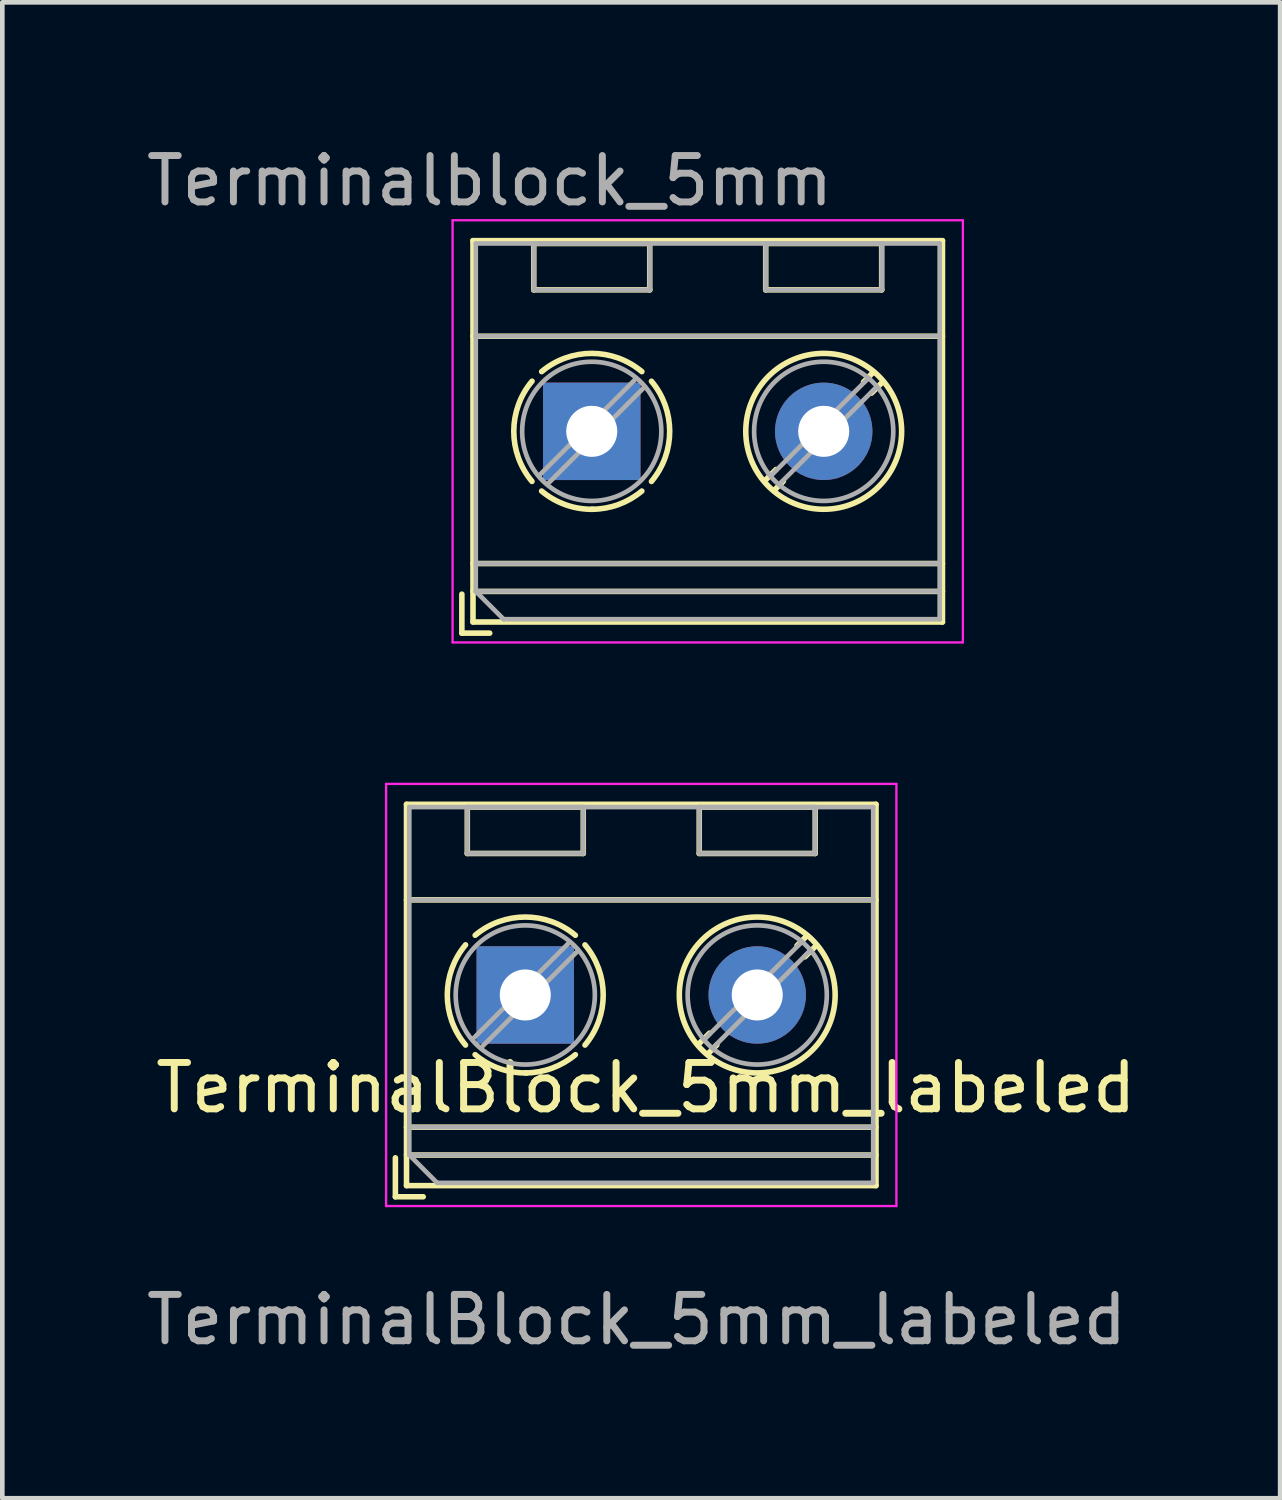
<source format=kicad_pcb>
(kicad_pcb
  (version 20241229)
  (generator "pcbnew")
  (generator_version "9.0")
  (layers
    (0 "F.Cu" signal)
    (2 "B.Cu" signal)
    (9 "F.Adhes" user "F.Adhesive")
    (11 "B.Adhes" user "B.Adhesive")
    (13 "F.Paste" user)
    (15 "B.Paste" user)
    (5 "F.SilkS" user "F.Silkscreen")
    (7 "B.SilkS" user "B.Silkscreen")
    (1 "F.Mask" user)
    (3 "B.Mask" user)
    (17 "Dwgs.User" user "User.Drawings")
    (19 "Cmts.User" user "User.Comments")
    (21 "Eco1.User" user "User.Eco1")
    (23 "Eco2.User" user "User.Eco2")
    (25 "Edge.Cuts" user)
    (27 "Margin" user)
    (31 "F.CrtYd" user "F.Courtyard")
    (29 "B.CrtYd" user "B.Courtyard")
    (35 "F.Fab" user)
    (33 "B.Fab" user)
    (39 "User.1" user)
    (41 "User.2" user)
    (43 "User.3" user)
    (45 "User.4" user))
  (footprint "Terminalblock_5mm"
    (layer "F.Cu")
    (at 9.706 6.248)
    (property "Reference" "Terminalblock_5mm" (at -2.2 -5.4 0) (layer "F.Fab") (effects (font (size 1 1) (thickness 0.15))))
    (attr through_hole)
    (fp_line (start -2.8 3.51) (end -2.8 4.35) (stroke (width 0.12) (type solid)) (layer "F.SilkS"))
    (fp_line (start -2.8 4.35) (end -2.2 4.35) (stroke (width 0.12) (type solid)) (layer "F.SilkS"))
    (fp_line (start -2.56 -4.11) (end -2.56 4.11) (stroke (width 0.12) (type solid)) (layer "F.SilkS"))
    (fp_line (start -2.56 -4.11) (end 7.56 -4.11) (stroke (width 0.12) (type solid)) (layer "F.SilkS"))
    (fp_line (start -2.56 -2.05) (end 7.56 -2.05) (stroke (width 0.12) (type solid)) (layer "F.SilkS"))
    (fp_line (start -2.56 2.85) (end 7.56 2.85) (stroke (width 0.12) (type solid)) (layer "F.SilkS"))
    (fp_line (start -2.56 3.45) (end 7.56 3.45) (stroke (width 0.12) (type solid)) (layer "F.SilkS"))
    (fp_line (start -2.56 4.11) (end 7.56 4.11) (stroke (width 0.12) (type solid)) (layer "F.SilkS"))
    (fp_line (start -1.25 -4.05) (end -1.25 -3.05) (stroke (width 0.12) (type solid)) (layer "F.SilkS"))
    (fp_line (start -1.25 -4.05) (end 1.25 -4.05) (stroke (width 0.12) (type solid)) (layer "F.SilkS"))
    (fp_line (start -1.25 -3.05) (end 1.25 -3.05) (stroke (width 0.12) (type solid)) (layer "F.SilkS"))
    (fp_line (start 1.25 -4.05) (end 1.25 -3.05) (stroke (width 0.12) (type solid)) (layer "F.SilkS"))
    (fp_line (start 3.75 -4.05) (end 3.75 -3.05) (stroke (width 0.12) (type solid)) (layer "F.SilkS"))
    (fp_line (start 3.75 -4.05) (end 6.25 -4.05) (stroke (width 0.12) (type solid)) (layer "F.SilkS"))
    (fp_line (start 3.75 -3.05) (end 6.25 -3.05) (stroke (width 0.12) (type solid)) (layer "F.SilkS"))
    (fp_line (start 3.972 0.823) (end 3.726 1.069) (stroke (width 0.12) (type solid)) (layer "F.SilkS"))
    (fp_line (start 4.13 1.075) (end 3.931 1.274) (stroke (width 0.12) (type solid)) (layer "F.SilkS"))
    (fp_line (start 6.07 -1.275) (end 5.859 -1.064) (stroke (width 0.12) (type solid)) (layer "F.SilkS"))
    (fp_line (start 6.25 -4.05) (end 6.25 -3.05) (stroke (width 0.12) (type solid)) (layer "F.SilkS"))
    (fp_line (start 6.275 -1.069) (end 6.029 -0.823) (stroke (width 0.12) (type solid)) (layer "F.SilkS"))
    (fp_line (start 7.56 -4.11) (end 7.56 4.11) (stroke (width 0.12) (type solid)) (layer "F.SilkS"))
    (fp_arc (start -1.288062 1.079734) (mid -1.680752 -0.000826) (end -1.287 -1.081) (stroke (width 0.12) (type solid)) (layer "F.SilkS"))
    (fp_arc (start -1.079908 -1.287078) (mid 0.00006 -1.68011) (end 1.08 -1.287) (stroke (width 0.12) (type solid)) (layer "F.SilkS"))
    (fp_arc (start 0.028507 1.680511) (mid -0.561826 1.584071) (end -1.081 1.287) (stroke (width 0.12) (type solid)) (layer "F.SilkS"))
    (fp_arc (start 1.079883 1.286955) (mid 0.574594 1.578684) (end 0 1.68) (stroke (width 0.12) (type solid)) (layer "F.SilkS"))
    (fp_arc (start 1.287078 -1.079908) (mid 1.68011 0.00006) (end 1.287 1.08) (stroke (width 0.12) (type solid)) (layer "F.SilkS"))
    (fp_circle (center 5 0) (end 6.68 0) (stroke (width 0.12) (type solid)) (fill no) (layer "F.SilkS"))
    (fp_line (start -3 -4.55) (end -3 4.55) (stroke (width 0.05) (type solid)) (layer "F.CrtYd"))
    (fp_line (start -3 4.55) (end 8 4.55) (stroke (width 0.05) (type solid)) (layer "F.CrtYd"))
    (fp_line (start 8 -4.55) (end -3 -4.55) (stroke (width 0.05) (type solid)) (layer "F.CrtYd"))
    (fp_line (start 8 4.55) (end 8 -4.55) (stroke (width 0.05) (type solid)) (layer "F.CrtYd"))
    (fp_line (start -2.5 -4.05) (end 7.5 -4.05) (stroke (width 0.1) (type solid)) (layer "F.Fab"))
    (fp_line (start -2.5 -2.05) (end 7.5 -2.05) (stroke (width 0.1) (type solid)) (layer "F.Fab"))
    (fp_line (start -2.5 2.85) (end 7.5 2.85) (stroke (width 0.1) (type solid)) (layer "F.Fab"))
    (fp_line (start -2.5 3.45) (end -2.5 -4.05) (stroke (width 0.1) (type solid)) (layer "F.Fab"))
    (fp_line (start -2.5 3.45) (end 7.5 3.45) (stroke (width 0.1) (type solid)) (layer "F.Fab"))
    (fp_line (start -1.9 4.05) (end -2.5 3.45) (stroke (width 0.1) (type solid)) (layer "F.Fab"))
    (fp_line (start -1.25 -4.05) (end -1.25 -3.05) (stroke (width 0.1) (type solid)) (layer "F.Fab"))
    (fp_line (start -1.25 -3.05) (end 1.25 -3.05) (stroke (width 0.1) (type solid)) (layer "F.Fab"))
    (fp_line (start 0.955 -1.138) (end -1.138 0.955) (stroke (width 0.1) (type solid)) (layer "F.Fab"))
    (fp_line (start 1.138 -0.955) (end -0.955 1.138) (stroke (width 0.1) (type solid)) (layer "F.Fab"))
    (fp_line (start 1.25 -4.05) (end -1.25 -4.05) (stroke (width 0.1) (type solid)) (layer "F.Fab"))
    (fp_line (start 1.25 -3.05) (end 1.25 -4.05) (stroke (width 0.1) (type solid)) (layer "F.Fab"))
    (fp_line (start 3.75 -4.05) (end 3.75 -3.05) (stroke (width 0.1) (type solid)) (layer "F.Fab"))
    (fp_line (start 3.75 -3.05) (end 6.25 -3.05) (stroke (width 0.1) (type solid)) (layer "F.Fab"))
    (fp_line (start 5.955 -1.138) (end 3.863 0.955) (stroke (width 0.1) (type solid)) (layer "F.Fab"))
    (fp_line (start 6.138 -0.955) (end 4.046 1.138) (stroke (width 0.1) (type solid)) (layer "F.Fab"))
    (fp_line (start 6.25 -4.05) (end 3.75 -4.05) (stroke (width 0.1) (type solid)) (layer "F.Fab"))
    (fp_line (start 6.25 -3.05) (end 6.25 -4.05) (stroke (width 0.1) (type solid)) (layer "F.Fab"))
    (fp_line (start 7.5 -4.05) (end 7.5 4.05) (stroke (width 0.1) (type solid)) (layer "F.Fab"))
    (fp_line (start 7.5 4.05) (end -1.9 4.05) (stroke (width 0.1) (type solid)) (layer "F.Fab"))
    (fp_circle (center 0 0) (end 1.5 0) (stroke (width 0.1) (type solid)) (fill no) (layer "F.Fab"))
    (fp_circle (center 5 0) (end 6.5 0) (stroke (width 0.1) (type solid)) (fill no) (layer "F.Fab"))
    (pad "1" thru_hole rect (at 0 0) (size 2.1 2.1) (drill 1.1) (layers "*.Cu" "*.Mask"))
    (pad "2" thru_hole circle (at 5 0) (size 2.1 2.1) (drill 1.1) (layers "*.Cu" "*.Mask")))
  (footprint "TerminalBlock_5mm_labeled"
    (layer "F.Cu")
    (at 8.273 18.398)
    (property "Reference" "TerminalBlock_5mm_labeled" (at 2.6 2 0) (layer "F.SilkS") (effects (font (size 1 1) (thickness 0.15))))
    (attr through_hole)
    (fp_line (start -2.8 3.51) (end -2.8 4.35) (stroke (width 0.12) (type solid)) (layer "F.SilkS"))
    (fp_line (start -2.8 4.35) (end -2.2 4.35) (stroke (width 0.12) (type solid)) (layer "F.SilkS"))
    (fp_line (start -2.56 -4.11) (end -2.56 4.11) (stroke (width 0.12) (type solid)) (layer "F.SilkS"))
    (fp_line (start -2.56 -4.11) (end 7.56 -4.11) (stroke (width 0.12) (type solid)) (layer "F.SilkS"))
    (fp_line (start -2.56 -2.05) (end 7.56 -2.05) (stroke (width 0.12) (type solid)) (layer "F.SilkS"))
    (fp_line (start -2.56 2.85) (end 7.56 2.85) (stroke (width 0.12) (type solid)) (layer "F.SilkS"))
    (fp_line (start -2.56 3.45) (end 7.56 3.45) (stroke (width 0.12) (type solid)) (layer "F.SilkS"))
    (fp_line (start -2.56 4.11) (end 7.56 4.11) (stroke (width 0.12) (type solid)) (layer "F.SilkS"))
    (fp_line (start -1.25 -4.05) (end -1.25 -3.05) (stroke (width 0.12) (type solid)) (layer "F.SilkS"))
    (fp_line (start -1.25 -4.05) (end 1.25 -4.05) (stroke (width 0.12) (type solid)) (layer "F.SilkS"))
    (fp_line (start -1.25 -3.05) (end 1.25 -3.05) (stroke (width 0.12) (type solid)) (layer "F.SilkS"))
    (fp_line (start 1.25 -4.05) (end 1.25 -3.05) (stroke (width 0.12) (type solid)) (layer "F.SilkS"))
    (fp_line (start 3.75 -4.05) (end 3.75 -3.05) (stroke (width 0.12) (type solid)) (layer "F.SilkS"))
    (fp_line (start 3.75 -4.05) (end 6.25 -4.05) (stroke (width 0.12) (type solid)) (layer "F.SilkS"))
    (fp_line (start 3.75 -3.05) (end 6.25 -3.05) (stroke (width 0.12) (type solid)) (layer "F.SilkS"))
    (fp_line (start 3.972 0.823) (end 3.726 1.069) (stroke (width 0.12) (type solid)) (layer "F.SilkS"))
    (fp_line (start 4.13 1.075) (end 3.931 1.274) (stroke (width 0.12) (type solid)) (layer "F.SilkS"))
    (fp_line (start 6.07 -1.275) (end 5.859 -1.064) (stroke (width 0.12) (type solid)) (layer "F.SilkS"))
    (fp_line (start 6.25 -4.05) (end 6.25 -3.05) (stroke (width 0.12) (type solid)) (layer "F.SilkS"))
    (fp_line (start 6.275 -1.069) (end 6.029 -0.823) (stroke (width 0.12) (type solid)) (layer "F.SilkS"))
    (fp_line (start 7.56 -4.11) (end 7.56 4.11) (stroke (width 0.12) (type solid)) (layer "F.SilkS"))
    (fp_arc (start -1.288062 1.079734) (mid -1.680752 -0.000826) (end -1.287 -1.081) (stroke (width 0.12) (type solid)) (layer "F.SilkS"))
    (fp_arc (start -1.079908 -1.287078) (mid 0.00006 -1.68011) (end 1.08 -1.287) (stroke (width 0.12) (type solid)) (layer "F.SilkS"))
    (fp_arc (start 0.028507 1.680511) (mid -0.561826 1.584071) (end -1.081 1.287) (stroke (width 0.12) (type solid)) (layer "F.SilkS"))
    (fp_arc (start 1.079883 1.286955) (mid 0.574594 1.578684) (end 0 1.68) (stroke (width 0.12) (type solid)) (layer "F.SilkS"))
    (fp_arc (start 1.287078 -1.079908) (mid 1.68011 0.00006) (end 1.287 1.08) (stroke (width 0.12) (type solid)) (layer "F.SilkS"))
    (fp_circle (center 5 0) (end 6.68 0) (stroke (width 0.12) (type solid)) (fill no) (layer "F.SilkS"))
    (fp_line (start -3 -4.55) (end -3 4.55) (stroke (width 0.05) (type solid)) (layer "F.CrtYd"))
    (fp_line (start -3 4.55) (end 8 4.55) (stroke (width 0.05) (type solid)) (layer "F.CrtYd"))
    (fp_line (start 8 -4.55) (end -3 -4.55) (stroke (width 0.05) (type solid)) (layer "F.CrtYd"))
    (fp_line (start 8 4.55) (end 8 -4.55) (stroke (width 0.05) (type solid)) (layer "F.CrtYd"))
    (fp_line (start -2.5 -4.05) (end 7.5 -4.05) (stroke (width 0.1) (type solid)) (layer "F.Fab"))
    (fp_line (start -2.5 -2.05) (end 7.5 -2.05) (stroke (width 0.1) (type solid)) (layer "F.Fab"))
    (fp_line (start -2.5 2.85) (end 7.5 2.85) (stroke (width 0.1) (type solid)) (layer "F.Fab"))
    (fp_line (start -2.5 3.45) (end -2.5 -4.05) (stroke (width 0.1) (type solid)) (layer "F.Fab"))
    (fp_line (start -2.5 3.45) (end 7.5 3.45) (stroke (width 0.1) (type solid)) (layer "F.Fab"))
    (fp_line (start -1.9 4.05) (end -2.5 3.45) (stroke (width 0.1) (type solid)) (layer "F.Fab"))
    (fp_line (start -1.25 -4.05) (end -1.25 -3.05) (stroke (width 0.1) (type solid)) (layer "F.Fab"))
    (fp_line (start -1.25 -3.05) (end 1.25 -3.05) (stroke (width 0.1) (type solid)) (layer "F.Fab"))
    (fp_line (start 0.955 -1.138) (end -1.138 0.955) (stroke (width 0.1) (type solid)) (layer "F.Fab"))
    (fp_line (start 1.138 -0.955) (end -0.955 1.138) (stroke (width 0.1) (type solid)) (layer "F.Fab"))
    (fp_line (start 1.25 -4.05) (end -1.25 -4.05) (stroke (width 0.1) (type solid)) (layer "F.Fab"))
    (fp_line (start 1.25 -3.05) (end 1.25 -4.05) (stroke (width 0.1) (type solid)) (layer "F.Fab"))
    (fp_line (start 3.75 -4.05) (end 3.75 -3.05) (stroke (width 0.1) (type solid)) (layer "F.Fab"))
    (fp_line (start 3.75 -3.05) (end 6.25 -3.05) (stroke (width 0.1) (type solid)) (layer "F.Fab"))
    (fp_line (start 5.955 -1.138) (end 3.863 0.955) (stroke (width 0.1) (type solid)) (layer "F.Fab"))
    (fp_line (start 6.138 -0.955) (end 4.046 1.138) (stroke (width 0.1) (type solid)) (layer "F.Fab"))
    (fp_line (start 6.25 -4.05) (end 3.75 -4.05) (stroke (width 0.1) (type solid)) (layer "F.Fab"))
    (fp_line (start 6.25 -3.05) (end 6.25 -4.05) (stroke (width 0.1) (type solid)) (layer "F.Fab"))
    (fp_line (start 7.5 -4.05) (end 7.5 4.05) (stroke (width 0.1) (type solid)) (layer "F.Fab"))
    (fp_line (start 7.5 4.05) (end -1.9 4.05) (stroke (width 0.1) (type solid)) (layer "F.Fab"))
    (fp_circle (center 0 0) (end 1.5 0) (stroke (width 0.1) (type solid)) (fill no) (layer "F.Fab"))
    (fp_circle (center 5 0) (end 6.5 0) (stroke (width 0.1) (type solid)) (fill no) (layer "F.Fab"))
    (fp_text user "${REFERENCE}" (at 2.4 7 0) (layer "F.Fab") (effects (font (size 1 1) (thickness 0.15))))
    (pad "1" thru_hole rect (at 0 0) (size 2.1 2.1) (drill 1.1) (layers "*.Cu" "*.Mask"))
    (pad "2" thru_hole circle (at 5 0) (size 2.1 2.1) (drill 1.1) (layers "*.Cu" "*.Mask")))
  (gr_rect
    (start -3 -3)
    (end 24.545 29.247)
    (stroke (width 0.1) (type default))
    (fill no)
    (layer "Edge.Cuts")))
</source>
